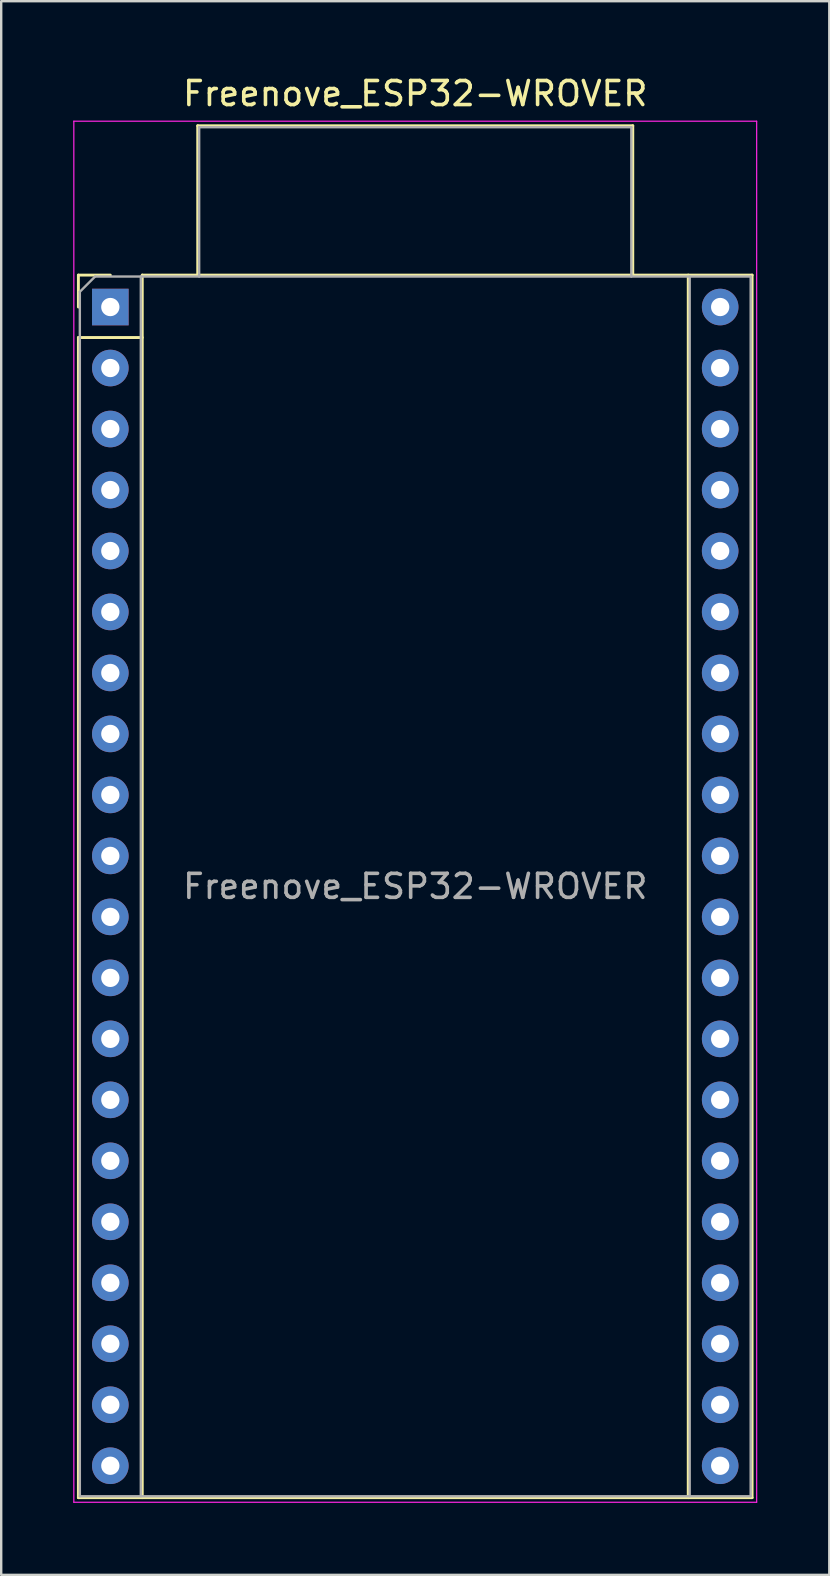
<source format=kicad_pcb>
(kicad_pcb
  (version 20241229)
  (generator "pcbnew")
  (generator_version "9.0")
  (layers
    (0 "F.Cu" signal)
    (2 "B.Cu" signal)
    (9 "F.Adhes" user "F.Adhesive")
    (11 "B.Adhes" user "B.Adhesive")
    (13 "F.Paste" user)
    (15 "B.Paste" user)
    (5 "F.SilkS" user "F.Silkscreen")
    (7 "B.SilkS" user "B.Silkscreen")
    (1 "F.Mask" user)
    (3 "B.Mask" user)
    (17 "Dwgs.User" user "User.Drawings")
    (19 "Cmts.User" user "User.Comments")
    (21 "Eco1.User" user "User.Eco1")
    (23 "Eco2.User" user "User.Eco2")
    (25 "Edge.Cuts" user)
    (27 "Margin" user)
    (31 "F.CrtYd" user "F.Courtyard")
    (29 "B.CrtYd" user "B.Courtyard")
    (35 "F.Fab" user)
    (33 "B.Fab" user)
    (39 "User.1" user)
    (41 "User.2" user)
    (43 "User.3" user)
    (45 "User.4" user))
  (footprint "Freenove_ESP32-WROVER"
    (layer "F.Cu")
    (at 1.545 9.738)
    (property "Reference" "Freenove_ESP32-WROVER" (at 12.7 -8.89 0) (layer "F.SilkS") (effects (font (size 1 1) (thickness 0.15))))
    (attr through_hole)
    (fp_line (start -1.33 -1.33) (end -1.33 0) (stroke (width 0.12) (type solid)) (layer "F.SilkS"))
    (fp_line (start -1.33 1.27) (end 1.33 1.27) (stroke (width 0.12) (type solid)) (layer "F.SilkS"))
    (fp_line (start -1.33 49.59) (end -1.33 1.27) (stroke (width 0.12) (type solid)) (layer "F.SilkS"))
    (fp_line (start 0 -1.33) (end -1.33 -1.33) (stroke (width 0.12) (type solid)) (layer "F.SilkS"))
    (fp_line (start 1.33 -1.33) (end 1.33 49.59) (stroke (width 0.12) (type solid)) (layer "F.SilkS"))
    (fp_line (start 1.33 -1.33) (end 26.73 -1.33) (stroke (width 0.12) (type solid)) (layer "F.SilkS"))
    (fp_line (start 3.64 -7.55) (end 3.64 -1.33) (stroke (width 0.12) (type solid)) (layer "F.SilkS"))
    (fp_line (start 3.64 -7.55) (end 21.76 -7.55) (stroke (width 0.12) (type solid)) (layer "F.SilkS"))
    (fp_line (start 21.76 -7.55) (end 21.76 -1.33) (stroke (width 0.12) (type solid)) (layer "F.SilkS"))
    (fp_line (start 24.07 49.59) (end 24.07 -1.33) (stroke (width 0.12) (type solid)) (layer "F.SilkS"))
    (fp_line (start 26.73 -1.33) (end 26.73 49.59) (stroke (width 0.12) (type solid)) (layer "F.SilkS"))
    (fp_line (start 26.73 49.59) (end -1.33 49.59) (stroke (width 0.12) (type solid)) (layer "F.SilkS"))
    (fp_line (start -1.52 -7.74) (end 26.92 -7.74) (stroke (width 0.05) (type solid)) (layer "F.CrtYd"))
    (fp_line (start -1.52 49.78) (end -1.52 -7.74) (stroke (width 0.05) (type solid)) (layer "F.CrtYd"))
    (fp_line (start 26.92 -7.74) (end 26.92 49.78) (stroke (width 0.05) (type solid)) (layer "F.CrtYd"))
    (fp_line (start 26.92 49.78) (end -1.52 49.78) (stroke (width 0.05) (type solid)) (layer "F.CrtYd"))
    (fp_line (start -1.27 -0.635) (end -0.635 -1.27) (stroke (width 0.1) (type solid)) (layer "F.Fab"))
    (fp_line (start -1.27 49.53) (end -1.27 -0.635) (stroke (width 0.1) (type solid)) (layer "F.Fab"))
    (fp_line (start -0.635 -1.27) (end 26.67 -1.27) (stroke (width 0.1) (type solid)) (layer "F.Fab"))
    (fp_line (start 1.27 -1.27) (end 1.27 49.53) (stroke (width 0.1) (type solid)) (layer "F.Fab"))
    (fp_line (start 3.7 -7.49) (end 21.7 -7.49) (stroke (width 0.1) (type solid)) (layer "F.Fab"))
    (fp_line (start 3.7 -1.27) (end 3.7 -7.49) (stroke (width 0.1) (type solid)) (layer "F.Fab"))
    (fp_line (start 21.7 -7.49) (end 21.7 -1.27) (stroke (width 0.1) (type solid)) (layer "F.Fab"))
    (fp_line (start 24.13 -1.27) (end 24.13 49.53) (stroke (width 0.1) (type solid)) (layer "F.Fab"))
    (fp_line (start 26.67 -1.27) (end 26.67 49.53) (stroke (width 0.1) (type solid)) (layer "F.Fab"))
    (fp_line (start 26.67 49.53) (end -1.27 49.53) (stroke (width 0.1) (type solid)) (layer "F.Fab"))
    (fp_text user "${REFERENCE}" (at 12.7 24.13 0) (layer "F.Fab") (effects (font (size 1 1) (thickness 0.15))))
    (pad "1" thru_hole rect (at 0 0) (size 1.524 1.524) (drill 0.762) (layers "*.Cu" "*.Mask"))
    (pad "2" thru_hole circle (at 0 2.54) (size 1.524 1.524) (drill 0.762) (layers "*.Cu" "*.Mask"))
    (pad "3" thru_hole circle (at 0 5.08) (size 1.524 1.524) (drill 0.762) (layers "*.Cu" "*.Mask"))
    (pad "4" thru_hole circle (at 0 7.62) (size 1.524 1.524) (drill 0.762) (layers "*.Cu" "*.Mask"))
    (pad "5" thru_hole circle (at 0 10.16) (size 1.524 1.524) (drill 0.762) (layers "*.Cu" "*.Mask"))
    (pad "6" thru_hole circle (at 0 12.7) (size 1.524 1.524) (drill 0.762) (layers "*.Cu" "*.Mask"))
    (pad "7" thru_hole circle (at 0 15.24) (size 1.524 1.524) (drill 0.762) (layers "*.Cu" "*.Mask"))
    (pad "8" thru_hole circle (at 0 17.78) (size 1.524 1.524) (drill 0.762) (layers "*.Cu" "*.Mask"))
    (pad "9" thru_hole circle (at 0 20.32) (size 1.524 1.524) (drill 0.762) (layers "*.Cu" "*.Mask"))
    (pad "10" thru_hole circle (at 0 22.86) (size 1.524 1.524) (drill 0.762) (layers "*.Cu" "*.Mask"))
    (pad "11" thru_hole circle (at 0 25.4) (size 1.524 1.524) (drill 0.762) (layers "*.Cu" "*.Mask"))
    (pad "12" thru_hole circle (at 0 27.94) (size 1.524 1.524) (drill 0.762) (layers "*.Cu" "*.Mask"))
    (pad "13" thru_hole circle (at 0 30.48) (size 1.524 1.524) (drill 0.762) (layers "*.Cu" "*.Mask"))
    (pad "14" thru_hole circle (at 0 33.02) (size 1.524 1.524) (drill 0.762) (layers "*.Cu" "*.Mask"))
    (pad "15" thru_hole circle (at 0 35.56) (size 1.524 1.524) (drill 0.762) (layers "*.Cu" "*.Mask"))
    (pad "16" thru_hole circle (at 0 38.1) (size 1.524 1.524) (drill 0.762) (layers "*.Cu" "*.Mask"))
    (pad "17" thru_hole circle (at 0 40.64) (size 1.524 1.524) (drill 0.762) (layers "*.Cu" "*.Mask"))
    (pad "18" thru_hole circle (at 0 43.18) (size 1.524 1.524) (drill 0.762) (layers "*.Cu" "*.Mask"))
    (pad "19" thru_hole circle (at 0 45.72) (size 1.524 1.524) (drill 0.762) (layers "*.Cu" "*.Mask"))
    (pad "20" thru_hole circle (at 0 48.26) (size 1.524 1.524) (drill 0.762) (layers "*.Cu" "*.Mask"))
    (pad "21" thru_hole circle (at 25.4 48.26) (size 1.524 1.524) (drill 0.762) (layers "*.Cu" "*.Mask"))
    (pad "22" thru_hole circle (at 25.4 45.72) (size 1.524 1.524) (drill 0.762) (layers "*.Cu" "*.Mask"))
    (pad "23" thru_hole circle (at 25.4 43.18) (size 1.524 1.524) (drill 0.762) (layers "*.Cu" "*.Mask"))
    (pad "24" thru_hole circle (at 25.4 40.64) (size 1.524 1.524) (drill 0.762) (layers "*.Cu" "*.Mask"))
    (pad "25" thru_hole circle (at 25.4 38.1) (size 1.524 1.524) (drill 0.762) (layers "*.Cu" "*.Mask"))
    (pad "26" thru_hole circle (at 25.4 35.56) (size 1.524 1.524) (drill 0.762) (layers "*.Cu" "*.Mask"))
    (pad "27" thru_hole circle (at 25.4 33.02) (size 1.524 1.524) (drill 0.762) (layers "*.Cu" "*.Mask"))
    (pad "28" thru_hole circle (at 25.4 30.48) (size 1.524 1.524) (drill 0.762) (layers "*.Cu" "*.Mask"))
    (pad "29" thru_hole circle (at 25.4 27.94) (size 1.524 1.524) (drill 0.762) (layers "*.Cu" "*.Mask"))
    (pad "30" thru_hole circle (at 25.4 25.4) (size 1.524 1.524) (drill 0.762) (layers "*.Cu" "*.Mask"))
    (pad "31" thru_hole circle (at 25.4 22.86) (size 1.524 1.524) (drill 0.762) (layers "*.Cu" "*.Mask"))
    (pad "32" thru_hole circle (at 25.4 20.32) (size 1.524 1.524) (drill 0.762) (layers "*.Cu" "*.Mask"))
    (pad "33" thru_hole circle (at 25.4 17.78) (size 1.524 1.524) (drill 0.762) (layers "*.Cu" "*.Mask"))
    (pad "34" thru_hole circle (at 25.4 15.24) (size 1.524 1.524) (drill 0.762) (layers "*.Cu" "*.Mask"))
    (pad "35" thru_hole circle (at 25.4 12.7) (size 1.524 1.524) (drill 0.762) (layers "*.Cu" "*.Mask"))
    (pad "36" thru_hole circle (at 25.4 10.16) (size 1.524 1.524) (drill 0.762) (layers "*.Cu" "*.Mask"))
    (pad "37" thru_hole circle (at 25.4 7.62) (size 1.524 1.524) (drill 0.762) (layers "*.Cu" "*.Mask"))
    (pad "38" thru_hole circle (at 25.4 5.08) (size 1.524 1.524) (drill 0.762) (layers "*.Cu" "*.Mask"))
    (pad "39" thru_hole circle (at 25.4 2.54) (size 1.524 1.524) (drill 0.762) (layers "*.Cu" "*.Mask"))
    (pad "40" thru_hole circle (at 25.4 0) (size 1.524 1.524) (drill 0.762) (layers "*.Cu" "*.Mask")))
  (gr_rect
    (start -3 -3)
    (end 31.49 62.543)
    (stroke (width 0.1) (type default))
    (fill no)
    (layer "Edge.Cuts")))
</source>
